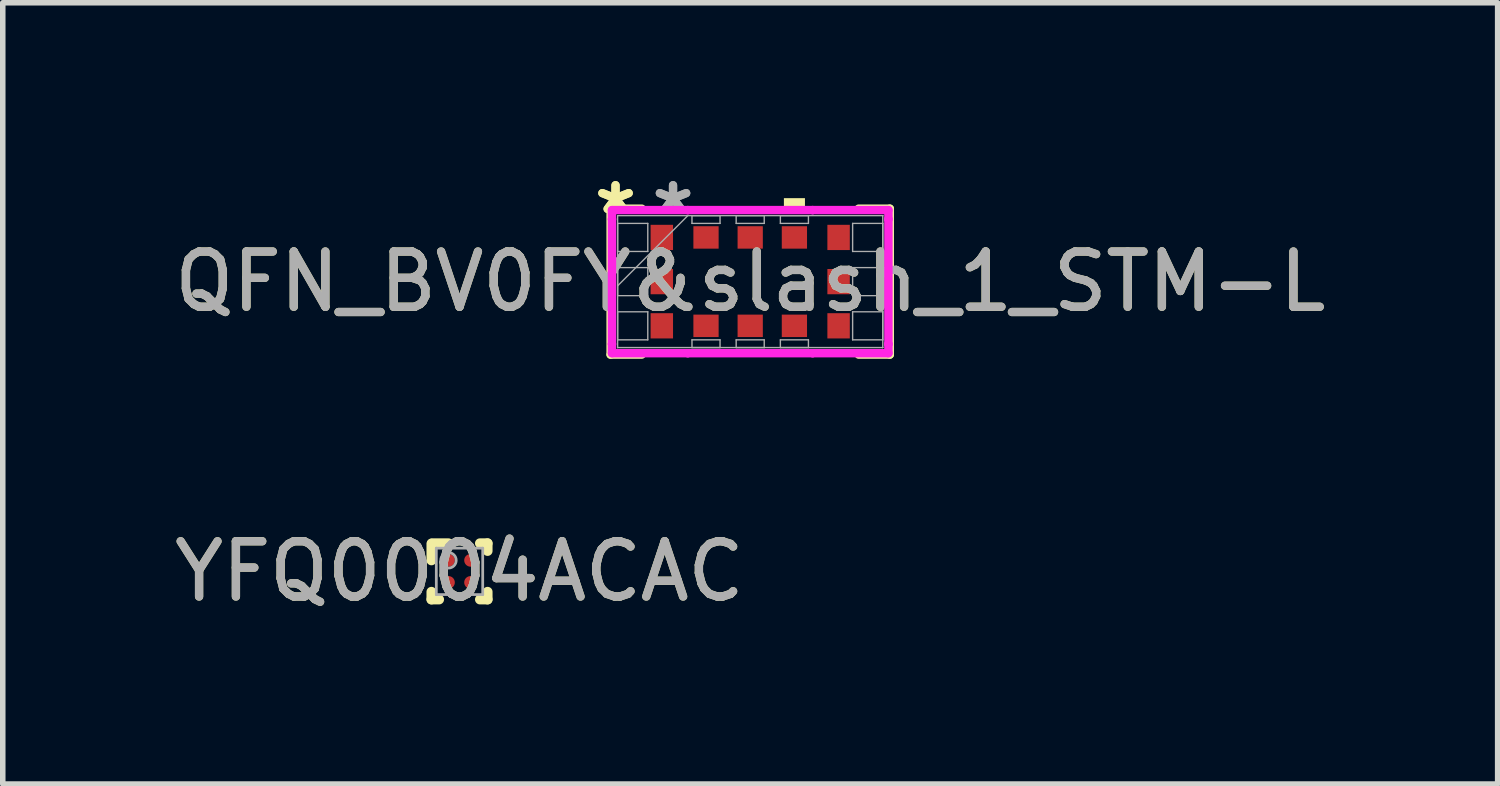
<source format=kicad_pcb>
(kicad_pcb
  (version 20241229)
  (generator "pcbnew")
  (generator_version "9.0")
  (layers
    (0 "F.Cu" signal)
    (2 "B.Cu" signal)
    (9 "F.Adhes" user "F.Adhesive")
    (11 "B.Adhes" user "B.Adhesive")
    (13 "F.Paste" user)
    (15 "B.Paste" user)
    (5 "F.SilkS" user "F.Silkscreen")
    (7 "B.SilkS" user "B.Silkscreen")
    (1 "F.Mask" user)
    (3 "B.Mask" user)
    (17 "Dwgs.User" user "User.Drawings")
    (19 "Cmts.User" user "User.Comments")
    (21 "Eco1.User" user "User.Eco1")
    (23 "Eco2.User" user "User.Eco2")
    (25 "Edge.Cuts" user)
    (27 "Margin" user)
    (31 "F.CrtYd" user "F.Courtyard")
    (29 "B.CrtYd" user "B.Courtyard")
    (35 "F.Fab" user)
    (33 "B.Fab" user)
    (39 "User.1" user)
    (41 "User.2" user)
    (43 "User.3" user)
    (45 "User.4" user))
  (footprint "QFN_BV0FY&slash_1_STM-L"
    (layer "F.Cu")
    (at 10.53 2.048)
    (property "Reference" "QFN_BV0FY&slash_1_STM-L" (at 0 0 0) (unlocked yes) (layer "F.SilkS") (effects (font (size 1 1) (thickness 0.15))))
    (attr smd)
    (fp_line (start -2.527 -1.321) (end -2.527 1.321) (stroke (width 0.152) (type solid)) (layer "F.SilkS"))
    (fp_line (start -2.527 1.321) (end -1.963 1.321) (stroke (width 0.152) (type solid)) (layer "F.SilkS"))
    (fp_line (start -1.963 -1.321) (end -2.527 -1.321) (stroke (width 0.152) (type solid)) (layer "F.SilkS"))
    (fp_line (start 1.963 1.321) (end 2.527 1.321) (stroke (width 0.152) (type solid)) (layer "F.SilkS"))
    (fp_line (start 2.527 -1.321) (end 1.963 -1.321) (stroke (width 0.152) (type solid)) (layer "F.SilkS"))
    (fp_line (start 2.527 1.321) (end 2.527 -1.321) (stroke (width 0.152) (type solid)) (layer "F.SilkS"))
    (fp_poly (pts (xy 0.61 -1.257) (xy 0.61 -1.511) (xy 0.991 -1.511) (xy 0.991 -1.257)) (stroke (width 0) (type solid)) (fill yes) (layer "F.SilkS"))
    (fp_line (start -2.502 -1.295) (end -1.13 -1.295) (stroke (width 0.152) (type solid)) (layer "F.CrtYd"))
    (fp_line (start -2.502 -1.13) (end -2.502 -1.295) (stroke (width 0.152) (type solid)) (layer "F.CrtYd"))
    (fp_line (start -2.502 -1.13) (end -2.502 -1.13) (stroke (width 0.152) (type solid)) (layer "F.CrtYd"))
    (fp_line (start -2.502 1.13) (end -2.502 -1.13) (stroke (width 0.152) (type solid)) (layer "F.CrtYd"))
    (fp_line (start -2.502 1.13) (end -2.502 1.13) (stroke (width 0.152) (type solid)) (layer "F.CrtYd"))
    (fp_line (start -2.502 1.295) (end -2.502 1.13) (stroke (width 0.152) (type solid)) (layer "F.CrtYd"))
    (fp_line (start -1.13 -1.295) (end -1.13 -1.295) (stroke (width 0.152) (type solid)) (layer "F.CrtYd"))
    (fp_line (start -1.13 -1.295) (end 1.13 -1.295) (stroke (width 0.152) (type solid)) (layer "F.CrtYd"))
    (fp_line (start -1.13 1.295) (end -2.502 1.295) (stroke (width 0.152) (type solid)) (layer "F.CrtYd"))
    (fp_line (start -1.13 1.295) (end -1.13 1.295) (stroke (width 0.152) (type solid)) (layer "F.CrtYd"))
    (fp_line (start 1.13 -1.295) (end 1.13 -1.295) (stroke (width 0.152) (type solid)) (layer "F.CrtYd"))
    (fp_line (start 1.13 -1.295) (end 2.502 -1.295) (stroke (width 0.152) (type solid)) (layer "F.CrtYd"))
    (fp_line (start 1.13 1.295) (end -1.13 1.295) (stroke (width 0.152) (type solid)) (layer "F.CrtYd"))
    (fp_line (start 1.13 1.295) (end 1.13 1.295) (stroke (width 0.152) (type solid)) (layer "F.CrtYd"))
    (fp_line (start 2.502 -1.295) (end 2.502 -1.13) (stroke (width 0.152) (type solid)) (layer "F.CrtYd"))
    (fp_line (start 2.502 -1.13) (end 2.502 -1.13) (stroke (width 0.152) (type solid)) (layer "F.CrtYd"))
    (fp_line (start 2.502 -1.13) (end 2.502 1.13) (stroke (width 0.152) (type solid)) (layer "F.CrtYd"))
    (fp_line (start 2.502 1.13) (end 2.502 1.13) (stroke (width 0.152) (type solid)) (layer "F.CrtYd"))
    (fp_line (start 2.502 1.13) (end 2.502 1.295) (stroke (width 0.152) (type solid)) (layer "F.CrtYd"))
    (fp_line (start 2.502 1.295) (end 1.13 1.295) (stroke (width 0.152) (type solid)) (layer "F.CrtYd"))
    (fp_line (start -2.4 -1.194) (end -2.4 -1.194) (stroke (width 0.025) (type solid)) (layer "F.Fab"))
    (fp_line (start -2.4 -1.194) (end -2.4 1.194) (stroke (width 0.025) (type solid)) (layer "F.Fab"))
    (fp_line (start -2.4 -1.054) (end -1.854 -1.054) (stroke (width 0.025) (type solid)) (layer "F.Fab"))
    (fp_line (start -2.4 -0.546) (end -2.4 -1.054) (stroke (width 0.025) (type solid)) (layer "F.Fab"))
    (fp_line (start -2.4 -0.254) (end -1.854 -0.254) (stroke (width 0.025) (type solid)) (layer "F.Fab"))
    (fp_line (start -2.4 0.076) (end -1.13 -1.194) (stroke (width 0.025) (type solid)) (layer "F.Fab"))
    (fp_line (start -2.4 0.254) (end -2.4 -0.254) (stroke (width 0.025) (type solid)) (layer "F.Fab"))
    (fp_line (start -2.4 0.546) (end -1.854 0.546) (stroke (width 0.025) (type solid)) (layer "F.Fab"))
    (fp_line (start -2.4 1.054) (end -2.4 0.546) (stroke (width 0.025) (type solid)) (layer "F.Fab"))
    (fp_line (start -2.4 1.194) (end -2.4 1.194) (stroke (width 0.025) (type solid)) (layer "F.Fab"))
    (fp_line (start -2.4 1.194) (end 2.4 1.194) (stroke (width 0.025) (type solid)) (layer "F.Fab"))
    (fp_line (start -1.854 -1.054) (end -1.854 -0.546) (stroke (width 0.025) (type solid)) (layer "F.Fab"))
    (fp_line (start -1.854 -0.546) (end -2.4 -0.546) (stroke (width 0.025) (type solid)) (layer "F.Fab"))
    (fp_line (start -1.854 -0.254) (end -1.854 0.254) (stroke (width 0.025) (type solid)) (layer "F.Fab"))
    (fp_line (start -1.854 0.254) (end -2.4 0.254) (stroke (width 0.025) (type solid)) (layer "F.Fab"))
    (fp_line (start -1.854 0.546) (end -1.854 1.054) (stroke (width 0.025) (type solid)) (layer "F.Fab"))
    (fp_line (start -1.854 1.054) (end -2.4 1.054) (stroke (width 0.025) (type solid)) (layer "F.Fab"))
    (fp_line (start -1.054 -1.194) (end -0.546 -1.194) (stroke (width 0.025) (type solid)) (layer "F.Fab"))
    (fp_line (start -1.054 -1.054) (end -1.054 -1.194) (stroke (width 0.025) (type solid)) (layer "F.Fab"))
    (fp_line (start -1.054 1.054) (end -0.546 1.054) (stroke (width 0.025) (type solid)) (layer "F.Fab"))
    (fp_line (start -1.054 1.194) (end -1.054 1.054) (stroke (width 0.025) (type solid)) (layer "F.Fab"))
    (fp_line (start -0.546 -1.194) (end -0.546 -1.054) (stroke (width 0.025) (type solid)) (layer "F.Fab"))
    (fp_line (start -0.546 -1.054) (end -1.054 -1.054) (stroke (width 0.025) (type solid)) (layer "F.Fab"))
    (fp_line (start -0.546 1.054) (end -0.546 1.194) (stroke (width 0.025) (type solid)) (layer "F.Fab"))
    (fp_line (start -0.546 1.194) (end -1.054 1.194) (stroke (width 0.025) (type solid)) (layer "F.Fab"))
    (fp_line (start -0.254 -1.194) (end 0.254 -1.194) (stroke (width 0.025) (type solid)) (layer "F.Fab"))
    (fp_line (start -0.254 -1.054) (end -0.254 -1.194) (stroke (width 0.025) (type solid)) (layer "F.Fab"))
    (fp_line (start -0.254 1.054) (end 0.254 1.054) (stroke (width 0.025) (type solid)) (layer "F.Fab"))
    (fp_line (start -0.254 1.194) (end -0.254 1.054) (stroke (width 0.025) (type solid)) (layer "F.Fab"))
    (fp_line (start 0.254 -1.194) (end 0.254 -1.054) (stroke (width 0.025) (type solid)) (layer "F.Fab"))
    (fp_line (start 0.254 -1.054) (end -0.254 -1.054) (stroke (width 0.025) (type solid)) (layer "F.Fab"))
    (fp_line (start 0.254 1.054) (end 0.254 1.194) (stroke (width 0.025) (type solid)) (layer "F.Fab"))
    (fp_line (start 0.254 1.194) (end -0.254 1.194) (stroke (width 0.025) (type solid)) (layer "F.Fab"))
    (fp_line (start 0.546 -1.194) (end 1.054 -1.194) (stroke (width 0.025) (type solid)) (layer "F.Fab"))
    (fp_line (start 0.546 -1.054) (end 0.546 -1.194) (stroke (width 0.025) (type solid)) (layer "F.Fab"))
    (fp_line (start 0.546 1.054) (end 1.054 1.054) (stroke (width 0.025) (type solid)) (layer "F.Fab"))
    (fp_line (start 0.546 1.194) (end 0.546 1.054) (stroke (width 0.025) (type solid)) (layer "F.Fab"))
    (fp_line (start 1.054 -1.194) (end 1.054 -1.054) (stroke (width 0.025) (type solid)) (layer "F.Fab"))
    (fp_line (start 1.054 -1.054) (end 0.546 -1.054) (stroke (width 0.025) (type solid)) (layer "F.Fab"))
    (fp_line (start 1.054 1.054) (end 1.054 1.194) (stroke (width 0.025) (type solid)) (layer "F.Fab"))
    (fp_line (start 1.054 1.194) (end 0.546 1.194) (stroke (width 0.025) (type solid)) (layer "F.Fab"))
    (fp_line (start 1.854 -1.054) (end 2.4 -1.054) (stroke (width 0.025) (type solid)) (layer "F.Fab"))
    (fp_line (start 1.854 -0.546) (end 1.854 -1.054) (stroke (width 0.025) (type solid)) (layer "F.Fab"))
    (fp_line (start 1.854 -0.254) (end 2.4 -0.254) (stroke (width 0.025) (type solid)) (layer "F.Fab"))
    (fp_line (start 1.854 0.254) (end 1.854 -0.254) (stroke (width 0.025) (type solid)) (layer "F.Fab"))
    (fp_line (start 1.854 0.546) (end 2.4 0.546) (stroke (width 0.025) (type solid)) (layer "F.Fab"))
    (fp_line (start 1.854 1.054) (end 1.854 0.546) (stroke (width 0.025) (type solid)) (layer "F.Fab"))
    (fp_line (start 2.4 -1.194) (end -2.4 -1.194) (stroke (width 0.025) (type solid)) (layer "F.Fab"))
    (fp_line (start 2.4 -1.194) (end 2.4 -1.194) (stroke (width 0.025) (type solid)) (layer "F.Fab"))
    (fp_line (start 2.4 -1.054) (end 2.4 -0.546) (stroke (width 0.025) (type solid)) (layer "F.Fab"))
    (fp_line (start 2.4 -0.546) (end 1.854 -0.546) (stroke (width 0.025) (type solid)) (layer "F.Fab"))
    (fp_line (start 2.4 -0.254) (end 2.4 0.254) (stroke (width 0.025) (type solid)) (layer "F.Fab"))
    (fp_line (start 2.4 0.254) (end 1.854 0.254) (stroke (width 0.025) (type solid)) (layer "F.Fab"))
    (fp_line (start 2.4 0.546) (end 2.4 1.054) (stroke (width 0.025) (type solid)) (layer "F.Fab"))
    (fp_line (start 2.4 1.054) (end 1.854 1.054) (stroke (width 0.025) (type solid)) (layer "F.Fab"))
    (fp_line (start 2.4 1.194) (end 2.4 -1.194) (stroke (width 0.025) (type solid)) (layer "F.Fab"))
    (fp_line (start 2.4 1.194) (end 2.4 1.194) (stroke (width 0.025) (type solid)) (layer "F.Fab"))
    (fp_text user "*" (at -2.438 -1.2 0) (unlocked yes) (layer "F.SilkS") (effects (font (size 1 1) (thickness 0.15))))
    (fp_text user "*" (at -2.438 -1.2 0) (layer "F.SilkS") (effects (font (size 1 1) (thickness 0.15))))
    (fp_text user "${REFERENCE}" (at 0 0 0) (unlocked yes) (layer "F.Fab") (effects (font (size 1 1) (thickness 0.15))))
    (fp_text user "*" (at -1.397 -1.2 0) (layer "F.Fab") (effects (font (size 1 1) (thickness 0.15))))
    (fp_text user "*" (at -1.397 -1.2 0) (unlocked yes) (layer "F.Fab") (effects (font (size 1 1) (thickness 0.15))))
    (pad "1" smd rect (at -1.6 -0.8 90) (size 0.457 0.406) (layers "F.Cu" "F.Mask" "F.Paste"))
    (pad "2" smd rect (at -0.8 -0.8) (size 0.457 0.406) (layers "F.Cu" "F.Mask" "F.Paste"))
    (pad "3" smd rect (at 0 -0.8) (size 0.457 0.406) (layers "F.Cu" "F.Mask" "F.Paste"))
    (pad "4" smd rect (at 0.8 -0.8) (size 0.457 0.406) (layers "F.Cu" "F.Mask" "F.Paste"))
    (pad "5" smd rect (at 1.6 -0.8 90) (size 0.457 0.406) (layers "F.Cu" "F.Mask" "F.Paste"))
    (pad "6" smd rect (at 1.6 0 90) (size 0.457 0.406) (layers "F.Cu" "F.Mask" "F.Paste"))
    (pad "7" smd rect (at 1.6 0.8 90) (size 0.457 0.406) (layers "F.Cu" "F.Mask" "F.Paste"))
    (pad "8" smd rect (at 0.8 0.8) (size 0.457 0.406) (layers "F.Cu" "F.Mask" "F.Paste"))
    (pad "9" smd rect (at 0 0.8) (size 0.457 0.406) (layers "F.Cu" "F.Mask" "F.Paste"))
    (pad "10" smd rect (at -0.8 0.8) (size 0.457 0.406) (layers "F.Cu" "F.Mask" "F.Paste"))
    (pad "11" smd rect (at -1.6 0.8 90) (size 0.457 0.406) (layers "F.Cu" "F.Mask" "F.Paste"))
    (pad "12" smd rect (at -1.6 0 90) (size 0.457 0.406) (layers "F.Cu" "F.Mask" "F.Paste")))
  (footprint "YFQ0004ACAC"
    (layer "F.Cu")
    (at 5.268 7.293)
    (property "Reference" "YFQ0004ACAC" (at 0 0 0) (unlocked yes) (layer "F.SilkS") (effects (font (size 1 1) (thickness 0.15))))
    (attr smd)
    (fp_line (start -0.508 -0.2) (end -0.508 -0.5) (stroke (width 0.18) (type solid)) (layer "F.SilkS"))
    (fp_line (start -0.508 0.508) (end -0.508 0.37) (stroke (width 0.18) (type solid)) (layer "F.SilkS"))
    (fp_line (start -0.508 0.508) (end -0.37 0.508) (stroke (width 0.18) (type solid)) (layer "F.SilkS"))
    (fp_line (start -0.5 -0.508) (end -0.2 -0.508) (stroke (width 0.18) (type solid)) (layer "F.SilkS"))
    (fp_line (start 0.37 -0.508) (end 0.508 -0.508) (stroke (width 0.18) (type solid)) (layer "F.SilkS"))
    (fp_line (start 0.37 0.508) (end 0.508 0.508) (stroke (width 0.18) (type solid)) (layer "F.SilkS"))
    (fp_line (start 0.508 -0.37) (end 0.508 -0.508) (stroke (width 0.18) (type solid)) (layer "F.SilkS"))
    (fp_line (start 0.508 0.508) (end 0.508 0.37) (stroke (width 0.18) (type solid)) (layer "F.SilkS"))
    (fp_circle (center -0.275 -0.275) (end -0.25 -0.275) (stroke (width 0.05) (type solid)) (fill no) (layer "F.Paste"))
    (fp_circle (center -0.275 -0.125) (end -0.25 -0.125) (stroke (width 0.05) (type solid)) (fill no) (layer "F.Paste"))
    (fp_circle (center -0.275 0.125) (end -0.25 0.125) (stroke (width 0.05) (type solid)) (fill no) (layer "F.Paste"))
    (fp_circle (center -0.275 0.275) (end -0.25 0.275) (stroke (width 0.05) (type solid)) (fill no) (layer "F.Paste"))
    (fp_circle (center -0.125 -0.275) (end -0.1 -0.275) (stroke (width 0.05) (type solid)) (fill no) (layer "F.Paste"))
    (fp_circle (center -0.125 -0.125) (end -0.1 -0.125) (stroke (width 0.05) (type solid)) (fill no) (layer "F.Paste"))
    (fp_circle (center -0.125 0.125) (end -0.1 0.125) (stroke (width 0.05) (type solid)) (fill no) (layer "F.Paste"))
    (fp_circle (center -0.125 0.275) (end -0.1 0.275) (stroke (width 0.05) (type solid)) (fill no) (layer "F.Paste"))
    (fp_circle (center 0.125 -0.275) (end 0.15 -0.275) (stroke (width 0.05) (type solid)) (fill no) (layer "F.Paste"))
    (fp_circle (center 0.125 -0.125) (end 0.15 -0.125) (stroke (width 0.05) (type solid)) (fill no) (layer "F.Paste"))
    (fp_circle (center 0.125 0.125) (end 0.15 0.125) (stroke (width 0.05) (type solid)) (fill no) (layer "F.Paste"))
    (fp_circle (center 0.125 0.275) (end 0.15 0.275) (stroke (width 0.05) (type solid)) (fill no) (layer "F.Paste"))
    (fp_circle (center 0.275 -0.275) (end 0.3 -0.275) (stroke (width 0.05) (type solid)) (fill no) (layer "F.Paste"))
    (fp_circle (center 0.275 -0.125) (end 0.3 -0.125) (stroke (width 0.05) (type solid)) (fill no) (layer "F.Paste"))
    (fp_circle (center 0.275 0.125) (end 0.3 0.125) (stroke (width 0.05) (type solid)) (fill no) (layer "F.Paste"))
    (fp_circle (center 0.275 0.275) (end 0.3 0.275) (stroke (width 0.05) (type solid)) (fill no) (layer "F.Paste"))
    (fp_poly (pts (xy -0.325 -0.275) (xy -0.325 -0.125) (xy -0.275 -0.125) (xy -0.275 -0.275)) (stroke (width 0) (type solid)) (fill yes) (layer "F.Paste"))
    (fp_poly (pts (xy -0.325 0.125) (xy -0.325 0.275) (xy -0.275 0.275) (xy -0.275 0.125)) (stroke (width 0) (type solid)) (fill yes) (layer "F.Paste"))
    (fp_poly (pts (xy -0.275 -0.275) (xy -0.275 -0.125) (xy -0.125 -0.125) (xy -0.125 -0.275)) (stroke (width 0) (type solid)) (fill yes) (layer "F.Paste"))
    (fp_poly (pts (xy -0.275 -0.075) (xy -0.125 -0.075) (xy -0.125 -0.125) (xy -0.275 -0.125)) (stroke (width 0) (type solid)) (fill yes) (layer "F.Paste"))
    (fp_poly (pts (xy -0.275 0.125) (xy -0.275 0.275) (xy -0.125 0.275) (xy -0.125 0.125)) (stroke (width 0) (type solid)) (fill yes) (layer "F.Paste"))
    (fp_poly (pts (xy -0.275 0.325) (xy -0.125 0.325) (xy -0.125 0.275) (xy -0.275 0.275)) (stroke (width 0) (type solid)) (fill yes) (layer "F.Paste"))
    (fp_poly (pts (xy -0.125 -0.325) (xy -0.275 -0.325) (xy -0.275 -0.275) (xy -0.125 -0.275)) (stroke (width 0) (type solid)) (fill yes) (layer "F.Paste"))
    (fp_poly (pts (xy -0.125 0.075) (xy -0.275 0.075) (xy -0.275 0.125) (xy -0.125 0.125)) (stroke (width 0) (type solid)) (fill yes) (layer "F.Paste"))
    (fp_poly (pts (xy -0.075 -0.125) (xy -0.075 -0.275) (xy -0.125 -0.275) (xy -0.125 -0.125)) (stroke (width 0) (type solid)) (fill yes) (layer "F.Paste"))
    (fp_poly (pts (xy -0.075 0.275) (xy -0.075 0.125) (xy -0.125 0.125) (xy -0.125 0.275)) (stroke (width 0) (type solid)) (fill yes) (layer "F.Paste"))
    (fp_poly (pts (xy 0.075 -0.275) (xy 0.075 -0.125) (xy 0.125 -0.125) (xy 0.125 -0.275)) (stroke (width 0) (type solid)) (fill yes) (layer "F.Paste"))
    (fp_poly (pts (xy 0.075 0.125) (xy 0.075 0.275) (xy 0.125 0.275) (xy 0.125 0.125)) (stroke (width 0) (type solid)) (fill yes) (layer "F.Paste"))
    (fp_poly (pts (xy 0.125 -0.275) (xy 0.125 -0.125) (xy 0.275 -0.125) (xy 0.275 -0.275)) (stroke (width 0) (type solid)) (fill yes) (layer "F.Paste"))
    (fp_poly (pts (xy 0.125 -0.075) (xy 0.275 -0.075) (xy 0.275 -0.125) (xy 0.125 -0.125)) (stroke (width 0) (type solid)) (fill yes) (layer "F.Paste"))
    (fp_poly (pts (xy 0.125 0.125) (xy 0.125 0.275) (xy 0.275 0.275) (xy 0.275 0.125)) (stroke (width 0) (type solid)) (fill yes) (layer "F.Paste"))
    (fp_poly (pts (xy 0.125 0.325) (xy 0.275 0.325) (xy 0.275 0.275) (xy 0.125 0.275)) (stroke (width 0) (type solid)) (fill yes) (layer "F.Paste"))
    (fp_poly (pts (xy 0.275 -0.325) (xy 0.125 -0.325) (xy 0.125 -0.275) (xy 0.275 -0.275)) (stroke (width 0) (type solid)) (fill yes) (layer "F.Paste"))
    (fp_poly (pts (xy 0.275 0.075) (xy 0.125 0.075) (xy 0.125 0.125) (xy 0.275 0.125)) (stroke (width 0) (type solid)) (fill yes) (layer "F.Paste"))
    (fp_poly (pts (xy 0.325 -0.125) (xy 0.325 -0.275) (xy 0.275 -0.275) (xy 0.275 -0.125)) (stroke (width 0) (type solid)) (fill yes) (layer "F.Paste"))
    (fp_poly (pts (xy 0.325 0.275) (xy 0.325 0.125) (xy 0.275 0.125) (xy 0.275 0.275)) (stroke (width 0) (type solid)) (fill yes) (layer "F.Paste"))
    (fp_line (start -0.42 -0.42) (end 0.42 -0.42) (stroke (width 0.05) (type solid)) (layer "F.Fab"))
    (fp_line (start -0.42 0.42) (end -0.42 -0.42) (stroke (width 0.05) (type solid)) (layer "F.Fab"))
    (fp_line (start -0.42 0.42) (end 0.42 0.42) (stroke (width 0.05) (type solid)) (layer "F.Fab"))
    (fp_line (start 0.42 0.42) (end 0.42 -0.42) (stroke (width 0.05) (type solid)) (layer "F.Fab"))
    (fp_circle (center -0.2 -0.2) (end -0.06 -0.2) (stroke (width 0.05) (type solid)) (fill no) (layer "F.Fab"))
    (fp_text user "${REFERENCE}" (at 0 0 0) (unlocked yes) (layer "F.Fab") (effects (font (size 1 1) (thickness 0.15))))
    (pad "A1" smd circle (at -0.2 -0.2) (size 0.23 0.23) (layers "F.Cu" "F.Mask"))
    (pad "A2" smd circle (at 0.2 -0.2) (size 0.23 0.23) (layers "F.Cu" "F.Mask"))
    (pad "B1" smd circle (at -0.2 0.2) (size 0.23 0.23) (layers "F.Cu" "F.Mask"))
    (pad "B2" smd circle (at 0.2 0.2) (size 0.23 0.23) (layers "F.Cu" "F.Mask")))
  (gr_rect
    (start -3 -3)
    (end 24.06 11.142)
    (stroke (width 0.1) (type default))
    (fill no)
    (layer "Edge.Cuts")))
</source>
